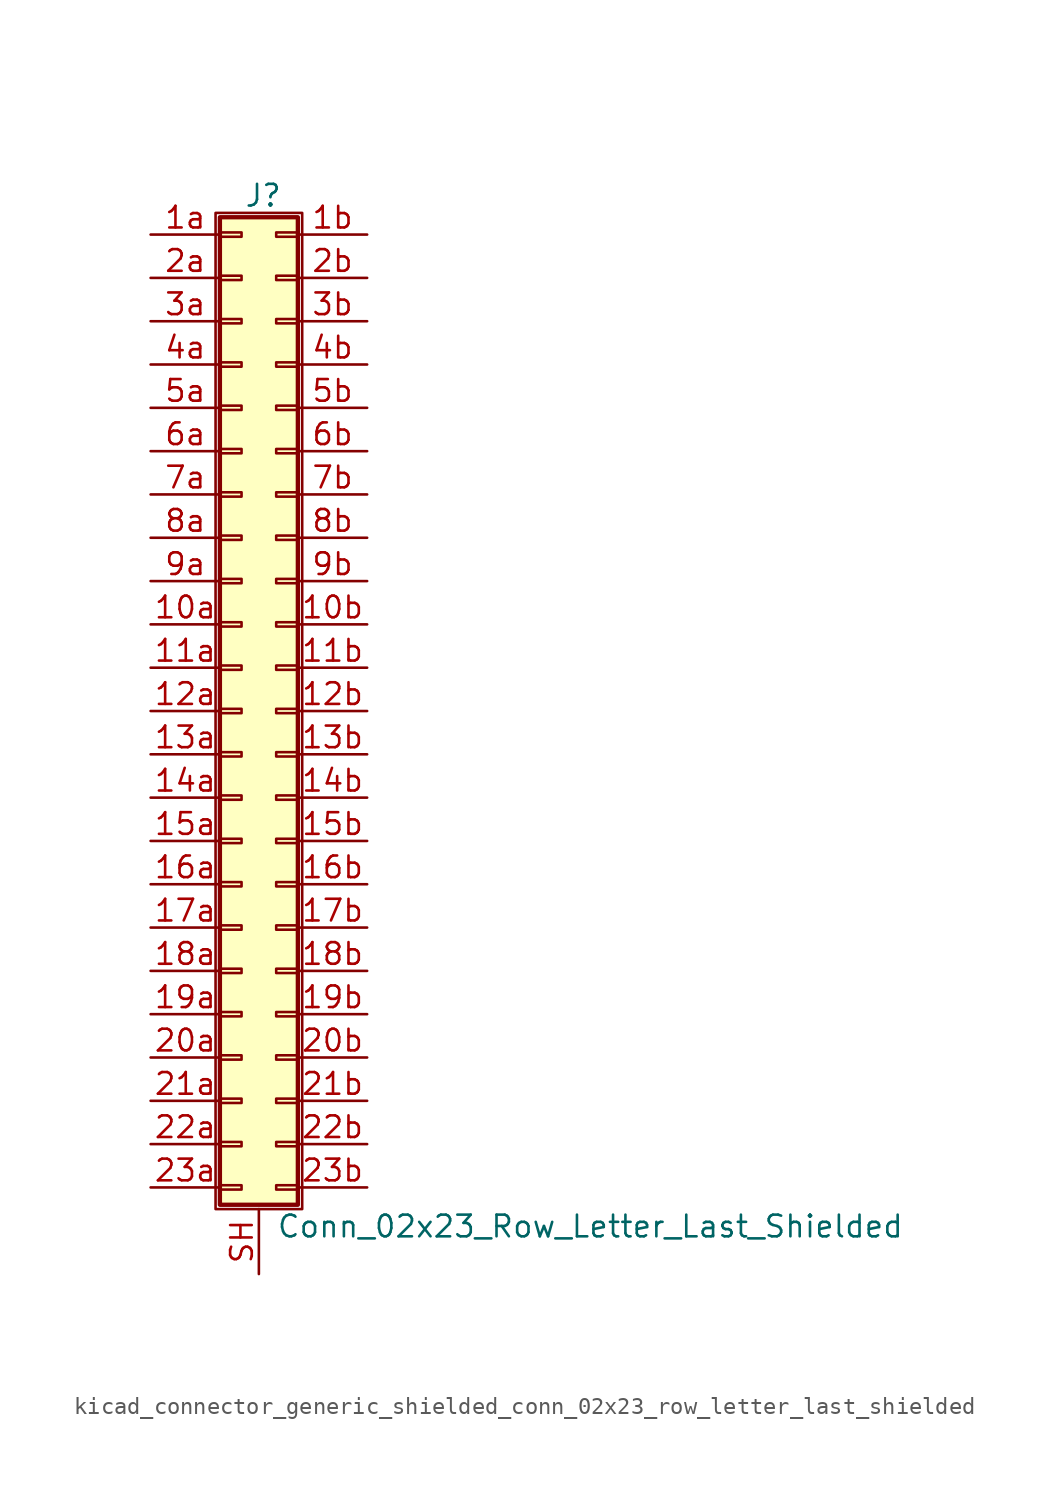
<source format=kicad_sym>
(kicad_symbol_lib
  (version 20220914)
  (generator kicad_symbol_editor)
  (symbol "kicad_connector_generic_shielded_conn_02x23_row_letter_last_shielded"
    (pin_names
      (offset 1.016) hide)
    (property "Reference" "J"
      (at 1.524 30.226 0)
      (effects (font (size 1.27 1.27))))
    (property "Value" "Conn_02x23_Row_Letter_Last_Shielded"
      (at 2.286 -30.226 0)
      (effects (font (size 1.27 1.27)) (justify left)))
    (symbol "kicad_connector_generic_shielded_conn_02x23_row_letter_last_shielded_1_1"
      (rectangle (start -1.27 29.21) (end 3.81 -29.21) (stroke (width 0.152) (type default)) (fill (type none)))
      (rectangle (start -1.016 -27.813) (end 0.254 -28.067) (stroke (width 0.152) (type default)) (fill (type none)))
      (rectangle (start -1.016 -25.273) (end 0.254 -25.527) (stroke (width 0.152) (type default)) (fill (type none)))
      (rectangle (start -1.016 -22.733) (end 0.254 -22.987) (stroke (width 0.152) (type default)) (fill (type none)))
      (rectangle (start -1.016 -20.193) (end 0.254 -20.447) (stroke (width 0.152) (type default)) (fill (type none)))
      (rectangle (start -1.016 -17.653) (end 0.254 -17.907) (stroke (width 0.152) (type default)) (fill (type none)))
      (rectangle (start -1.016 -15.113) (end 0.254 -15.367) (stroke (width 0.152) (type default)) (fill (type none)))
      (rectangle (start -1.016 -12.573) (end 0.254 -12.827) (stroke (width 0.152) (type default)) (fill (type none)))
      (rectangle (start -1.016 -10.033) (end 0.254 -10.287) (stroke (width 0.152) (type default)) (fill (type none)))
      (rectangle (start -1.016 -7.493) (end 0.254 -7.747) (stroke (width 0.152) (type default)) (fill (type none)))
      (rectangle (start -1.016 -4.953) (end 0.254 -5.207) (stroke (width 0.152) (type default)) (fill (type none)))
      (rectangle (start -1.016 -2.413) (end 0.254 -2.667) (stroke (width 0.152) (type default)) (fill (type none)))
      (rectangle (start -1.016 0.127) (end 0.254 -0.127) (stroke (width 0.152) (type default)) (fill (type none)))
      (rectangle (start -1.016 2.667) (end 0.254 2.413) (stroke (width 0.152) (type default)) (fill (type none)))
      (rectangle (start -1.016 5.207) (end 0.254 4.953) (stroke (width 0.152) (type default)) (fill (type none)))
      (rectangle (start -1.016 7.747) (end 0.254 7.493) (stroke (width 0.152) (type default)) (fill (type none)))
      (rectangle (start -1.016 10.287) (end 0.254 10.033) (stroke (width 0.152) (type default)) (fill (type none)))
      (rectangle (start -1.016 12.827) (end 0.254 12.573) (stroke (width 0.152) (type default)) (fill (type none)))
      (rectangle (start -1.016 15.367) (end 0.254 15.113) (stroke (width 0.152) (type default)) (fill (type none)))
      (rectangle (start -1.016 17.907) (end 0.254 17.653) (stroke (width 0.152) (type default)) (fill (type none)))
      (rectangle (start -1.016 20.447) (end 0.254 20.193) (stroke (width 0.152) (type default)) (fill (type none)))
      (rectangle (start -1.016 22.987) (end 0.254 22.733) (stroke (width 0.152) (type default)) (fill (type none)))
      (rectangle (start -1.016 25.527) (end 0.254 25.273) (stroke (width 0.152) (type default)) (fill (type none)))
      (rectangle (start -1.016 28.067) (end 0.254 27.813) (stroke (width 0.152) (type default)) (fill (type none)))
      (rectangle (start -1.016 28.956) (end 3.556 -28.956) (stroke (width 0.254) (type default)) (fill (type background)))
      (rectangle (start 3.556 -27.813) (end 2.286 -28.067) (stroke (width 0.152) (type default)) (fill (type none)))
      (rectangle (start 3.556 -25.273) (end 2.286 -25.527) (stroke (width 0.152) (type default)) (fill (type none)))
      (rectangle (start 3.556 -22.733) (end 2.286 -22.987) (stroke (width 0.152) (type default)) (fill (type none)))
      (rectangle (start 3.556 -20.193) (end 2.286 -20.447) (stroke (width 0.152) (type default)) (fill (type none)))
      (rectangle (start 3.556 -17.653) (end 2.286 -17.907) (stroke (width 0.152) (type default)) (fill (type none)))
      (rectangle (start 3.556 -15.113) (end 2.286 -15.367) (stroke (width 0.152) (type default)) (fill (type none)))
      (rectangle (start 3.556 -12.573) (end 2.286 -12.827) (stroke (width 0.152) (type default)) (fill (type none)))
      (rectangle (start 3.556 -10.033) (end 2.286 -10.287) (stroke (width 0.152) (type default)) (fill (type none)))
      (rectangle (start 3.556 -7.493) (end 2.286 -7.747) (stroke (width 0.152) (type default)) (fill (type none)))
      (rectangle (start 3.556 -4.953) (end 2.286 -5.207) (stroke (width 0.152) (type default)) (fill (type none)))
      (rectangle (start 3.556 -2.413) (end 2.286 -2.667) (stroke (width 0.152) (type default)) (fill (type none)))
      (rectangle (start 3.556 0.127) (end 2.286 -0.127) (stroke (width 0.152) (type default)) (fill (type none)))
      (rectangle (start 3.556 2.667) (end 2.286 2.413) (stroke (width 0.152) (type default)) (fill (type none)))
      (rectangle (start 3.556 5.207) (end 2.286 4.953) (stroke (width 0.152) (type default)) (fill (type none)))
      (rectangle (start 3.556 7.747) (end 2.286 7.493) (stroke (width 0.152) (type default)) (fill (type none)))
      (rectangle (start 3.556 10.287) (end 2.286 10.033) (stroke (width 0.152) (type default)) (fill (type none)))
      (rectangle (start 3.556 12.827) (end 2.286 12.573) (stroke (width 0.152) (type default)) (fill (type none)))
      (rectangle (start 3.556 15.367) (end 2.286 15.113) (stroke (width 0.152) (type default)) (fill (type none)))
      (rectangle (start 3.556 17.907) (end 2.286 17.653) (stroke (width 0.152) (type default)) (fill (type none)))
      (rectangle (start 3.556 20.447) (end 2.286 20.193) (stroke (width 0.152) (type default)) (fill (type none)))
      (rectangle (start 3.556 22.987) (end 2.286 22.733) (stroke (width 0.152) (type default)) (fill (type none)))
      (rectangle (start 3.556 25.527) (end 2.286 25.273) (stroke (width 0.152) (type default)) (fill (type none)))
      (rectangle (start 3.556 28.067) (end 2.286 27.813) (stroke (width 0.152) (type default)) (fill (type none)))
      (pin passive line (at -5.08 5.08 0) (length 4.064) (name "Pin_10a" (effects (font (size 1.27 1.27)))) (number "10a" (effects (font (size 1.27 1.27)))))
      (pin passive line (at 7.62 5.08 180) (length 4.064) (name "Pin_10b" (effects (font (size 1.27 1.27)))) (number "10b" (effects (font (size 1.27 1.27)))))
      (pin passive line (at -5.08 2.54 0) (length 4.064) (name "Pin_11a" (effects (font (size 1.27 1.27)))) (number "11a" (effects (font (size 1.27 1.27)))))
      (pin passive line (at 7.62 2.54 180) (length 4.064) (name "Pin_11b" (effects (font (size 1.27 1.27)))) (number "11b" (effects (font (size 1.27 1.27)))))
      (pin passive line (at -5.08 0 0) (length 4.064) (name "Pin_12a" (effects (font (size 1.27 1.27)))) (number "12a" (effects (font (size 1.27 1.27)))))
      (pin passive line (at 7.62 0 180) (length 4.064) (name "Pin_12b" (effects (font (size 1.27 1.27)))) (number "12b" (effects (font (size 1.27 1.27)))))
      (pin passive line (at -5.08 -2.54 0) (length 4.064) (name "Pin_13a" (effects (font (size 1.27 1.27)))) (number "13a" (effects (font (size 1.27 1.27)))))
      (pin passive line (at 7.62 -2.54 180) (length 4.064) (name "Pin_13b" (effects (font (size 1.27 1.27)))) (number "13b" (effects (font (size 1.27 1.27)))))
      (pin passive line (at -5.08 -5.08 0) (length 4.064) (name "Pin_14a" (effects (font (size 1.27 1.27)))) (number "14a" (effects (font (size 1.27 1.27)))))
      (pin passive line (at 7.62 -5.08 180) (length 4.064) (name "Pin_14b" (effects (font (size 1.27 1.27)))) (number "14b" (effects (font (size 1.27 1.27)))))
      (pin passive line (at -5.08 -7.62 0) (length 4.064) (name "Pin_15a" (effects (font (size 1.27 1.27)))) (number "15a" (effects (font (size 1.27 1.27)))))
      (pin passive line (at 7.62 -7.62 180) (length 4.064) (name "Pin_15b" (effects (font (size 1.27 1.27)))) (number "15b" (effects (font (size 1.27 1.27)))))
      (pin passive line (at -5.08 -10.16 0) (length 4.064) (name "Pin_16a" (effects (font (size 1.27 1.27)))) (number "16a" (effects (font (size 1.27 1.27)))))
      (pin passive line (at 7.62 -10.16 180) (length 4.064) (name "Pin_16b" (effects (font (size 1.27 1.27)))) (number "16b" (effects (font (size 1.27 1.27)))))
      (pin passive line (at -5.08 -12.7 0) (length 4.064) (name "Pin_17a" (effects (font (size 1.27 1.27)))) (number "17a" (effects (font (size 1.27 1.27)))))
      (pin passive line (at 7.62 -12.7 180) (length 4.064) (name "Pin_17b" (effects (font (size 1.27 1.27)))) (number "17b" (effects (font (size 1.27 1.27)))))
      (pin passive line (at -5.08 -15.24 0) (length 4.064) (name "Pin_18a" (effects (font (size 1.27 1.27)))) (number "18a" (effects (font (size 1.27 1.27)))))
      (pin passive line (at 7.62 -15.24 180) (length 4.064) (name "Pin_18b" (effects (font (size 1.27 1.27)))) (number "18b" (effects (font (size 1.27 1.27)))))
      (pin passive line (at -5.08 -17.78 0) (length 4.064) (name "Pin_19a" (effects (font (size 1.27 1.27)))) (number "19a" (effects (font (size 1.27 1.27)))))
      (pin passive line (at 7.62 -17.78 180) (length 4.064) (name "Pin_19b" (effects (font (size 1.27 1.27)))) (number "19b" (effects (font (size 1.27 1.27)))))
      (pin passive line (at -5.08 27.94 0) (length 4.064) (name "Pin_1a" (effects (font (size 1.27 1.27)))) (number "1a" (effects (font (size 1.27 1.27)))))
      (pin passive line (at 7.62 27.94 180) (length 4.064) (name "Pin_1b" (effects (font (size 1.27 1.27)))) (number "1b" (effects (font (size 1.27 1.27)))))
      (pin passive line (at -5.08 -20.32 0) (length 4.064) (name "Pin_20a" (effects (font (size 1.27 1.27)))) (number "20a" (effects (font (size 1.27 1.27)))))
      (pin passive line (at 7.62 -20.32 180) (length 4.064) (name "Pin_20b" (effects (font (size 1.27 1.27)))) (number "20b" (effects (font (size 1.27 1.27)))))
      (pin passive line (at -5.08 -22.86 0) (length 4.064) (name "Pin_21a" (effects (font (size 1.27 1.27)))) (number "21a" (effects (font (size 1.27 1.27)))))
      (pin passive line (at 7.62 -22.86 180) (length 4.064) (name "Pin_21b" (effects (font (size 1.27 1.27)))) (number "21b" (effects (font (size 1.27 1.27)))))
      (pin passive line (at -5.08 -25.4 0) (length 4.064) (name "Pin_22a" (effects (font (size 1.27 1.27)))) (number "22a" (effects (font (size 1.27 1.27)))))
      (pin passive line (at 7.62 -25.4 180) (length 4.064) (name "Pin_22b" (effects (font (size 1.27 1.27)))) (number "22b" (effects (font (size 1.27 1.27)))))
      (pin passive line (at -5.08 -27.94 0) (length 4.064) (name "Pin_23a" (effects (font (size 1.27 1.27)))) (number "23a" (effects (font (size 1.27 1.27)))))
      (pin passive line (at 7.62 -27.94 180) (length 4.064) (name "Pin_23b" (effects (font (size 1.27 1.27)))) (number "23b" (effects (font (size 1.27 1.27)))))
      (pin passive line (at -5.08 25.4 0) (length 4.064) (name "Pin_2a" (effects (font (size 1.27 1.27)))) (number "2a" (effects (font (size 1.27 1.27)))))
      (pin passive line (at 7.62 25.4 180) (length 4.064) (name "Pin_2b" (effects (font (size 1.27 1.27)))) (number "2b" (effects (font (size 1.27 1.27)))))
      (pin passive line (at -5.08 22.86 0) (length 4.064) (name "Pin_3a" (effects (font (size 1.27 1.27)))) (number "3a" (effects (font (size 1.27 1.27)))))
      (pin passive line (at 7.62 22.86 180) (length 4.064) (name "Pin_3b" (effects (font (size 1.27 1.27)))) (number "3b" (effects (font (size 1.27 1.27)))))
      (pin passive line (at -5.08 20.32 0) (length 4.064) (name "Pin_4a" (effects (font (size 1.27 1.27)))) (number "4a" (effects (font (size 1.27 1.27)))))
      (pin passive line (at 7.62 20.32 180) (length 4.064) (name "Pin_4b" (effects (font (size 1.27 1.27)))) (number "4b" (effects (font (size 1.27 1.27)))))
      (pin passive line (at -5.08 17.78 0) (length 4.064) (name "Pin_5a" (effects (font (size 1.27 1.27)))) (number "5a" (effects (font (size 1.27 1.27)))))
      (pin passive line (at 7.62 17.78 180) (length 4.064) (name "Pin_5b" (effects (font (size 1.27 1.27)))) (number "5b" (effects (font (size 1.27 1.27)))))
      (pin passive line (at -5.08 15.24 0) (length 4.064) (name "Pin_6a" (effects (font (size 1.27 1.27)))) (number "6a" (effects (font (size 1.27 1.27)))))
      (pin passive line (at 7.62 15.24 180) (length 4.064) (name "Pin_6b" (effects (font (size 1.27 1.27)))) (number "6b" (effects (font (size 1.27 1.27)))))
      (pin passive line (at -5.08 12.7 0) (length 4.064) (name "Pin_7a" (effects (font (size 1.27 1.27)))) (number "7a" (effects (font (size 1.27 1.27)))))
      (pin passive line (at 7.62 12.7 180) (length 4.064) (name "Pin_7b" (effects (font (size 1.27 1.27)))) (number "7b" (effects (font (size 1.27 1.27)))))
      (pin passive line (at -5.08 10.16 0) (length 4.064) (name "Pin_8a" (effects (font (size 1.27 1.27)))) (number "8a" (effects (font (size 1.27 1.27)))))
      (pin passive line (at 7.62 10.16 180) (length 4.064) (name "Pin_8b" (effects (font (size 1.27 1.27)))) (number "8b" (effects (font (size 1.27 1.27)))))
      (pin passive line (at -5.08 7.62 0) (length 4.064) (name "Pin_9a" (effects (font (size 1.27 1.27)))) (number "9a" (effects (font (size 1.27 1.27)))))
      (pin passive line (at 7.62 7.62 180) (length 4.064) (name "Pin_9b" (effects (font (size 1.27 1.27)))) (number "9b" (effects (font (size 1.27 1.27)))))
      (pin passive line (at 1.27 -33.02 90) (length 3.81) (name "Shield" (effects (font (size 1.27 1.27)))) (number "SH" (effects (font (size 1.27 1.27))))))))
</source>
